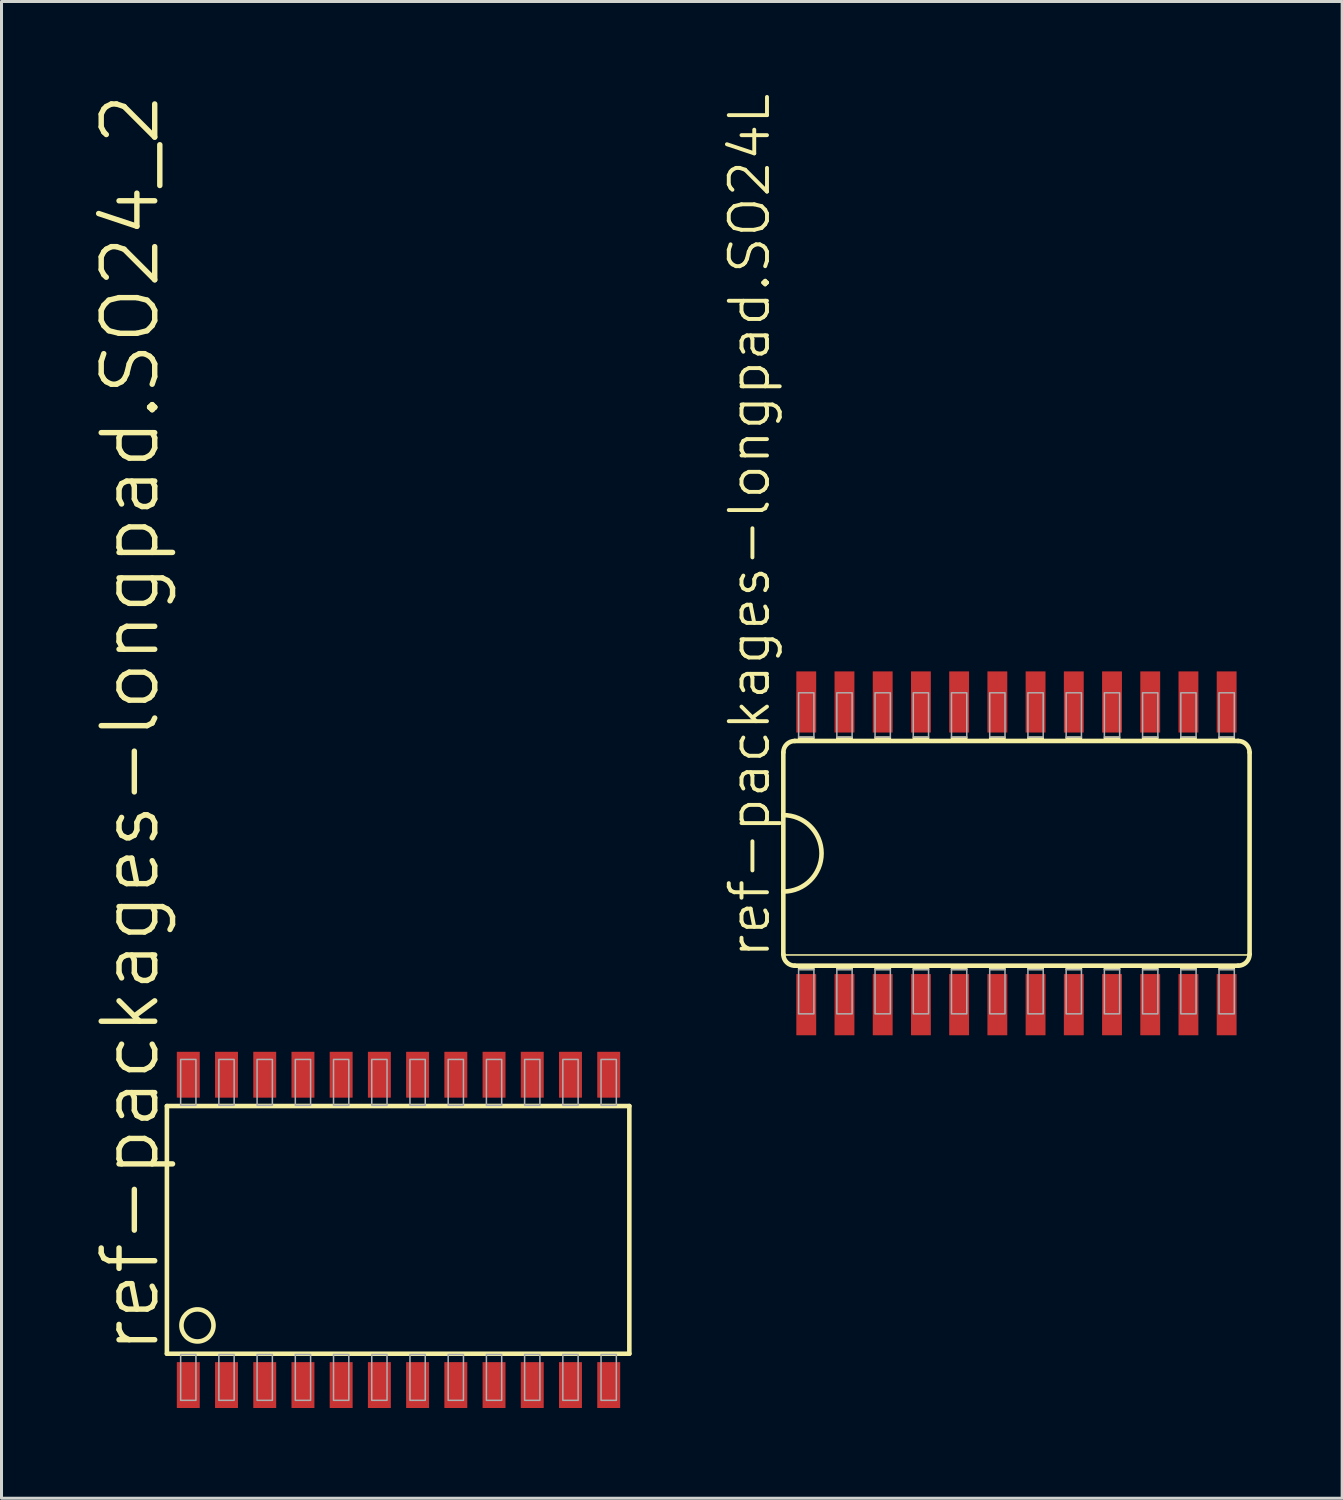
<source format=kicad_pcb>
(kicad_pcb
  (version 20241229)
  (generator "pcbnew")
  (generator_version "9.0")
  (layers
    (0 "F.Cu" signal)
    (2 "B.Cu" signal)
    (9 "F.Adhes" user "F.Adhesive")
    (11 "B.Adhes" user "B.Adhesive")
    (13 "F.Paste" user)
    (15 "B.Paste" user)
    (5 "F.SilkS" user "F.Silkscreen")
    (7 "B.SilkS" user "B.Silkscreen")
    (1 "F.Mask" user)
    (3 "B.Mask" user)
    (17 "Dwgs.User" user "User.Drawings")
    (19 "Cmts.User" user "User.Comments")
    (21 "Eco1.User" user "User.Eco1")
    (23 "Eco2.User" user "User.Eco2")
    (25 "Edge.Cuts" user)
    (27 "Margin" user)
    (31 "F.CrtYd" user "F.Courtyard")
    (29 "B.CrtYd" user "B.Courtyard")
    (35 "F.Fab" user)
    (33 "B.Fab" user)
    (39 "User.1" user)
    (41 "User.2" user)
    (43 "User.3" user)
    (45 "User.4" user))
  (footprint "ref-packages-longpad.SO24_2"
    (layer "F.Cu")
    (at 10.192 37.819)
    (property "Reference" "ref-packages-longpad.SO24_2" (at -7.874 4.191 90) (layer "F.SilkS") (effects (font (size 1.778 1.778) (thickness 0.18)) (justify left bottom)))
    (attr smd)
    (fp_line (start -7.696 -4.115) (end -7.696 4.115) (stroke (width 0.152) (type default)) (layer "F.SilkS"))
    (fp_line (start -7.696 4.115) (end 7.671 4.115) (stroke (width 0.152) (type default)) (layer "F.SilkS"))
    (fp_line (start 7.671 -4.115) (end -7.696 -4.115) (stroke (width 0.152) (type default)) (layer "F.SilkS"))
    (fp_line (start 7.671 4.115) (end 7.671 -4.115) (stroke (width 0.152) (type default)) (layer "F.SilkS"))
    (fp_circle (center -6.68 3.175) (end -6.147 3.175) (stroke (width 0.152) (type default)) (fill no) (layer "F.SilkS"))
    (fp_rect (start -7.239 -4.14) (end -6.731 -5.664) (stroke (width 0.05) (type default)) (fill no) (layer "F.Fab"))
    (fp_rect (start -7.239 5.664) (end -6.731 4.14) (stroke (width 0.05) (type default)) (fill no) (layer "F.Fab"))
    (fp_rect (start -5.969 -4.14) (end -5.461 -5.664) (stroke (width 0.05) (type default)) (fill no) (layer "F.Fab"))
    (fp_rect (start -5.969 5.664) (end -5.461 4.14) (stroke (width 0.05) (type default)) (fill no) (layer "F.Fab"))
    (fp_rect (start -4.699 -4.14) (end -4.191 -5.664) (stroke (width 0.05) (type default)) (fill no) (layer "F.Fab"))
    (fp_rect (start -4.699 5.664) (end -4.191 4.14) (stroke (width 0.05) (type default)) (fill no) (layer "F.Fab"))
    (fp_rect (start -3.429 -4.14) (end -2.921 -5.664) (stroke (width 0.05) (type default)) (fill no) (layer "F.Fab"))
    (fp_rect (start -3.429 5.664) (end -2.921 4.14) (stroke (width 0.05) (type default)) (fill no) (layer "F.Fab"))
    (fp_rect (start -2.159 -4.14) (end -1.651 -5.664) (stroke (width 0.05) (type default)) (fill no) (layer "F.Fab"))
    (fp_rect (start -2.159 5.664) (end -1.651 4.14) (stroke (width 0.05) (type default)) (fill no) (layer "F.Fab"))
    (fp_rect (start -0.889 -4.14) (end -0.381 -5.664) (stroke (width 0.05) (type default)) (fill no) (layer "F.Fab"))
    (fp_rect (start -0.889 5.664) (end -0.381 4.14) (stroke (width 0.05) (type default)) (fill no) (layer "F.Fab"))
    (fp_rect (start 0.381 -4.14) (end 0.889 -5.664) (stroke (width 0.05) (type default)) (fill no) (layer "F.Fab"))
    (fp_rect (start 0.381 5.664) (end 0.889 4.14) (stroke (width 0.05) (type default)) (fill no) (layer "F.Fab"))
    (fp_rect (start 1.651 -4.14) (end 2.159 -5.664) (stroke (width 0.05) (type default)) (fill no) (layer "F.Fab"))
    (fp_rect (start 1.651 5.664) (end 2.159 4.14) (stroke (width 0.05) (type default)) (fill no) (layer "F.Fab"))
    (fp_rect (start 2.921 -4.14) (end 3.429 -5.664) (stroke (width 0.05) (type default)) (fill no) (layer "F.Fab"))
    (fp_rect (start 2.921 5.664) (end 3.429 4.14) (stroke (width 0.05) (type default)) (fill no) (layer "F.Fab"))
    (fp_rect (start 4.191 -4.14) (end 4.699 -5.664) (stroke (width 0.05) (type default)) (fill no) (layer "F.Fab"))
    (fp_rect (start 4.191 5.664) (end 4.699 4.14) (stroke (width 0.05) (type default)) (fill no) (layer "F.Fab"))
    (fp_rect (start 5.461 -4.14) (end 5.969 -5.664) (stroke (width 0.05) (type default)) (fill no) (layer "F.Fab"))
    (fp_rect (start 5.461 5.664) (end 5.969 4.14) (stroke (width 0.05) (type default)) (fill no) (layer "F.Fab"))
    (fp_rect (start 6.731 -4.14) (end 7.239 -5.664) (stroke (width 0.05) (type default)) (fill no) (layer "F.Fab"))
    (fp_rect (start 6.731 5.664) (end 7.239 4.14) (stroke (width 0.05) (type default)) (fill no) (layer "F.Fab"))
    (pad "1" smd roundrect (at -6.985 5.156) (size 0.762 1.524) (layers "F.Cu" "F.Mask" "F.Paste") (roundrect_rratio 0.01))
    (pad "2" smd roundrect (at -5.715 5.156) (size 0.762 1.524) (layers "F.Cu" "F.Mask" "F.Paste") (roundrect_rratio 0.01))
    (pad "3" smd roundrect (at -4.445 5.156) (size 0.762 1.524) (layers "F.Cu" "F.Mask" "F.Paste") (roundrect_rratio 0.01))
    (pad "4" smd roundrect (at -3.175 5.156) (size 0.762 1.524) (layers "F.Cu" "F.Mask" "F.Paste") (roundrect_rratio 0.01))
    (pad "5" smd roundrect (at -1.905 5.156) (size 0.762 1.524) (layers "F.Cu" "F.Mask" "F.Paste") (roundrect_rratio 0.01))
    (pad "6" smd roundrect (at -0.635 5.156) (size 0.762 1.524) (layers "F.Cu" "F.Mask" "F.Paste") (roundrect_rratio 0.01))
    (pad "7" smd roundrect (at 0.635 5.156) (size 0.762 1.524) (layers "F.Cu" "F.Mask" "F.Paste") (roundrect_rratio 0.01))
    (pad "8" smd roundrect (at 1.905 5.156) (size 0.762 1.524) (layers "F.Cu" "F.Mask" "F.Paste") (roundrect_rratio 0.01))
    (pad "9" smd roundrect (at 3.175 5.156) (size 0.762 1.524) (layers "F.Cu" "F.Mask" "F.Paste") (roundrect_rratio 0.01))
    (pad "10" smd roundrect (at 4.445 5.156) (size 0.762 1.524) (layers "F.Cu" "F.Mask" "F.Paste") (roundrect_rratio 0.01))
    (pad "11" smd roundrect (at 5.715 5.156) (size 0.762 1.524) (layers "F.Cu" "F.Mask" "F.Paste") (roundrect_rratio 0.01))
    (pad "12" smd roundrect (at 6.985 5.156) (size 0.762 1.524) (layers "F.Cu" "F.Mask" "F.Paste") (roundrect_rratio 0.01))
    (pad "13" smd roundrect (at 6.985 -5.156) (size 0.762 1.524) (layers "F.Cu" "F.Mask" "F.Paste") (roundrect_rratio 0.01))
    (pad "14" smd roundrect (at 5.715 -5.156) (size 0.762 1.524) (layers "F.Cu" "F.Mask" "F.Paste") (roundrect_rratio 0.01))
    (pad "15" smd roundrect (at 4.445 -5.156) (size 0.762 1.524) (layers "F.Cu" "F.Mask" "F.Paste") (roundrect_rratio 0.01))
    (pad "16" smd roundrect (at 3.175 -5.156) (size 0.762 1.524) (layers "F.Cu" "F.Mask" "F.Paste") (roundrect_rratio 0.01))
    (pad "17" smd roundrect (at 1.905 -5.156) (size 0.762 1.524) (layers "F.Cu" "F.Mask" "F.Paste") (roundrect_rratio 0.01))
    (pad "18" smd roundrect (at 0.635 -5.156) (size 0.762 1.524) (layers "F.Cu" "F.Mask" "F.Paste") (roundrect_rratio 0.01))
    (pad "19" smd roundrect (at -0.635 -5.156) (size 0.762 1.524) (layers "F.Cu" "F.Mask" "F.Paste") (roundrect_rratio 0.01))
    (pad "20" smd roundrect (at -1.905 -5.156) (size 0.762 1.524) (layers "F.Cu" "F.Mask" "F.Paste") (roundrect_rratio 0.01))
    (pad "21" smd roundrect (at -3.175 -5.156) (size 0.762 1.524) (layers "F.Cu" "F.Mask" "F.Paste") (roundrect_rratio 0.01))
    (pad "22" smd roundrect (at -4.445 -5.156) (size 0.762 1.524) (layers "F.Cu" "F.Mask" "F.Paste") (roundrect_rratio 0.01))
    (pad "23" smd roundrect (at -5.715 -5.156) (size 0.762 1.524) (layers "F.Cu" "F.Mask" "F.Paste") (roundrect_rratio 0.01))
    (pad "24" smd roundrect (at -6.985 -5.156) (size 0.762 1.524) (layers "F.Cu" "F.Mask" "F.Paste") (roundrect_rratio 0.01)))
  (footprint "ref-packages-longpad.SO24L"
    (layer "F.Cu")
    (at 30.727 25.306)
    (property "Reference" "ref-packages-longpad.SO24L" (at -8.128 3.556 90) (layer "F.SilkS") (effects (font (size 1.27 1.27) (thickness 0.13)) (justify left bottom)))
    (attr smd)
    (fp_line (start -7.747 -3.353) (end -7.747 -1.27) (stroke (width 0.152) (type default)) (layer "F.SilkS"))
    (fp_line (start -7.747 -1.27) (end -7.747 1.27) (stroke (width 0.152) (type default)) (layer "F.SilkS"))
    (fp_line (start -7.747 1.27) (end -7.747 3.353) (stroke (width 0.152) (type default)) (layer "F.SilkS"))
    (fp_line (start -7.747 3.378) (end 7.747 3.378) (stroke (width 0.051) (type default)) (layer "F.SilkS"))
    (fp_line (start -7.366 3.734) (end 7.366 3.734) (stroke (width 0.152) (type default)) (layer "F.SilkS"))
    (fp_line (start 7.366 -3.734) (end -7.366 -3.734) (stroke (width 0.152) (type default)) (layer "F.SilkS"))
    (fp_line (start 7.747 3.353) (end 7.747 -3.353) (stroke (width 0.152) (type default)) (layer "F.SilkS"))
    (fp_rect (start -7.239 -3.734) (end -6.731 -3.861) (stroke (width 0.05) (type default)) (fill yes) (layer "F.SilkS"))
    (fp_rect (start -7.239 3.861) (end -6.731 3.734) (stroke (width 0.05) (type default)) (fill yes) (layer "F.SilkS"))
    (fp_rect (start -5.969 -3.734) (end -5.461 -3.861) (stroke (width 0.05) (type default)) (fill yes) (layer "F.SilkS"))
    (fp_rect (start -5.969 3.861) (end -5.461 3.734) (stroke (width 0.05) (type default)) (fill yes) (layer "F.SilkS"))
    (fp_rect (start -4.699 -3.734) (end -4.191 -3.861) (stroke (width 0.05) (type default)) (fill yes) (layer "F.SilkS"))
    (fp_rect (start -4.699 3.861) (end -4.191 3.734) (stroke (width 0.05) (type default)) (fill yes) (layer "F.SilkS"))
    (fp_rect (start -3.429 -3.734) (end -2.921 -3.861) (stroke (width 0.05) (type default)) (fill yes) (layer "F.SilkS"))
    (fp_rect (start -3.429 3.861) (end -2.921 3.734) (stroke (width 0.05) (type default)) (fill yes) (layer "F.SilkS"))
    (fp_rect (start -2.159 -3.734) (end -1.651 -3.861) (stroke (width 0.05) (type default)) (fill yes) (layer "F.SilkS"))
    (fp_rect (start -2.159 3.861) (end -1.651 3.734) (stroke (width 0.05) (type default)) (fill yes) (layer "F.SilkS"))
    (fp_rect (start -0.889 -3.734) (end -0.381 -3.861) (stroke (width 0.05) (type default)) (fill yes) (layer "F.SilkS"))
    (fp_rect (start -0.889 3.861) (end -0.381 3.734) (stroke (width 0.05) (type default)) (fill yes) (layer "F.SilkS"))
    (fp_rect (start 0.381 -3.734) (end 0.889 -3.861) (stroke (width 0.05) (type default)) (fill yes) (layer "F.SilkS"))
    (fp_rect (start 0.381 3.861) (end 0.889 3.734) (stroke (width 0.05) (type default)) (fill yes) (layer "F.SilkS"))
    (fp_rect (start 1.651 -3.734) (end 2.159 -3.861) (stroke (width 0.05) (type default)) (fill yes) (layer "F.SilkS"))
    (fp_rect (start 1.651 3.861) (end 2.159 3.734) (stroke (width 0.05) (type default)) (fill yes) (layer "F.SilkS"))
    (fp_rect (start 2.921 -3.734) (end 3.429 -3.861) (stroke (width 0.05) (type default)) (fill yes) (layer "F.SilkS"))
    (fp_rect (start 2.921 3.861) (end 3.429 3.734) (stroke (width 0.05) (type default)) (fill yes) (layer "F.SilkS"))
    (fp_rect (start 4.191 -3.734) (end 4.699 -3.861) (stroke (width 0.05) (type default)) (fill yes) (layer "F.SilkS"))
    (fp_rect (start 4.191 3.861) (end 4.699 3.734) (stroke (width 0.05) (type default)) (fill yes) (layer "F.SilkS"))
    (fp_rect (start 5.461 -3.734) (end 5.969 -3.861) (stroke (width 0.05) (type default)) (fill yes) (layer "F.SilkS"))
    (fp_rect (start 5.461 3.861) (end 5.969 3.734) (stroke (width 0.05) (type default)) (fill yes) (layer "F.SilkS"))
    (fp_rect (start 6.731 -3.734) (end 7.239 -3.861) (stroke (width 0.05) (type default)) (fill yes) (layer "F.SilkS"))
    (fp_rect (start 6.731 3.861) (end 7.239 3.734) (stroke (width 0.05) (type default)) (fill yes) (layer "F.SilkS"))
    (fp_arc (start -7.747 -3.3528) (mid -7.635408 -3.622208) (end -7.366 -3.7338) (stroke (width 0.1524) (type default)) (layer "F.SilkS"))
    (fp_arc (start -7.747 -1.27) (mid -6.477 0) (end -7.747 1.27) (stroke (width 0.1524) (type default)) (layer "F.SilkS"))
    (fp_arc (start -7.366 3.7338) (mid -7.635408 3.622208) (end -7.747 3.3528) (stroke (width 0.1524) (type default)) (layer "F.SilkS"))
    (fp_arc (start 7.366 -3.7338) (mid 7.635408 -3.622208) (end 7.747 -3.3528) (stroke (width 0.1524) (type default)) (layer "F.SilkS"))
    (fp_arc (start 7.747 3.3528) (mid 7.635408 3.622208) (end 7.366 3.7338) (stroke (width 0.1524) (type default)) (layer "F.SilkS"))
    (fp_rect (start -7.239 -3.861) (end -6.731 -5.334) (stroke (width 0.05) (type default)) (fill no) (layer "F.Fab"))
    (fp_rect (start -7.239 5.334) (end -6.731 3.861) (stroke (width 0.05) (type default)) (fill no) (layer "F.Fab"))
    (fp_rect (start -5.969 -3.861) (end -5.461 -5.334) (stroke (width 0.05) (type default)) (fill no) (layer "F.Fab"))
    (fp_rect (start -5.969 5.334) (end -5.461 3.861) (stroke (width 0.05) (type default)) (fill no) (layer "F.Fab"))
    (fp_rect (start -4.699 -3.861) (end -4.191 -5.334) (stroke (width 0.05) (type default)) (fill no) (layer "F.Fab"))
    (fp_rect (start -4.699 5.334) (end -4.191 3.861) (stroke (width 0.05) (type default)) (fill no) (layer "F.Fab"))
    (fp_rect (start -3.429 -3.861) (end -2.921 -5.334) (stroke (width 0.05) (type default)) (fill no) (layer "F.Fab"))
    (fp_rect (start -3.429 5.334) (end -2.921 3.861) (stroke (width 0.05) (type default)) (fill no) (layer "F.Fab"))
    (fp_rect (start -2.159 -3.861) (end -1.651 -5.334) (stroke (width 0.05) (type default)) (fill no) (layer "F.Fab"))
    (fp_rect (start -2.159 5.334) (end -1.651 3.861) (stroke (width 0.05) (type default)) (fill no) (layer "F.Fab"))
    (fp_rect (start -0.889 -3.861) (end -0.381 -5.334) (stroke (width 0.05) (type default)) (fill no) (layer "F.Fab"))
    (fp_rect (start -0.889 5.334) (end -0.381 3.861) (stroke (width 0.05) (type default)) (fill no) (layer "F.Fab"))
    (fp_rect (start 0.381 -3.861) (end 0.889 -5.334) (stroke (width 0.05) (type default)) (fill no) (layer "F.Fab"))
    (fp_rect (start 0.381 5.334) (end 0.889 3.861) (stroke (width 0.05) (type default)) (fill no) (layer "F.Fab"))
    (fp_rect (start 1.651 -3.861) (end 2.159 -5.334) (stroke (width 0.05) (type default)) (fill no) (layer "F.Fab"))
    (fp_rect (start 1.651 5.334) (end 2.159 3.861) (stroke (width 0.05) (type default)) (fill no) (layer "F.Fab"))
    (fp_rect (start 2.921 -3.861) (end 3.429 -5.334) (stroke (width 0.05) (type default)) (fill no) (layer "F.Fab"))
    (fp_rect (start 2.921 5.334) (end 3.429 3.861) (stroke (width 0.05) (type default)) (fill no) (layer "F.Fab"))
    (fp_rect (start 4.191 -3.861) (end 4.699 -5.334) (stroke (width 0.05) (type default)) (fill no) (layer "F.Fab"))
    (fp_rect (start 4.191 5.334) (end 4.699 3.861) (stroke (width 0.05) (type default)) (fill no) (layer "F.Fab"))
    (fp_rect (start 5.461 -3.861) (end 5.969 -5.334) (stroke (width 0.05) (type default)) (fill no) (layer "F.Fab"))
    (fp_rect (start 5.461 5.334) (end 5.969 3.861) (stroke (width 0.05) (type default)) (fill no) (layer "F.Fab"))
    (fp_rect (start 6.731 -3.861) (end 7.239 -5.334) (stroke (width 0.05) (type default)) (fill no) (layer "F.Fab"))
    (fp_rect (start 6.731 5.334) (end 7.239 3.861) (stroke (width 0.05) (type default)) (fill no) (layer "F.Fab"))
    (pad "1" smd roundrect (at -6.985 5.029) (size 0.66 2.032) (layers "F.Cu" "F.Mask" "F.Paste") (roundrect_rratio 0.01))
    (pad "2" smd roundrect (at -5.715 5.029) (size 0.66 2.032) (layers "F.Cu" "F.Mask" "F.Paste") (roundrect_rratio 0.01))
    (pad "3" smd roundrect (at -4.445 5.029) (size 0.66 2.032) (layers "F.Cu" "F.Mask" "F.Paste") (roundrect_rratio 0.01))
    (pad "4" smd roundrect (at -3.175 5.029) (size 0.66 2.032) (layers "F.Cu" "F.Mask" "F.Paste") (roundrect_rratio 0.01))
    (pad "5" smd roundrect (at -1.905 5.029) (size 0.66 2.032) (layers "F.Cu" "F.Mask" "F.Paste") (roundrect_rratio 0.01))
    (pad "6" smd roundrect (at -0.635 5.029) (size 0.66 2.032) (layers "F.Cu" "F.Mask" "F.Paste") (roundrect_rratio 0.01))
    (pad "7" smd roundrect (at 0.635 5.029) (size 0.66 2.032) (layers "F.Cu" "F.Mask" "F.Paste") (roundrect_rratio 0.01))
    (pad "8" smd roundrect (at 1.905 5.029) (size 0.66 2.032) (layers "F.Cu" "F.Mask" "F.Paste") (roundrect_rratio 0.01))
    (pad "9" smd roundrect (at 3.175 5.029) (size 0.66 2.032) (layers "F.Cu" "F.Mask" "F.Paste") (roundrect_rratio 0.01))
    (pad "10" smd roundrect (at 4.445 5.029) (size 0.66 2.032) (layers "F.Cu" "F.Mask" "F.Paste") (roundrect_rratio 0.01))
    (pad "11" smd roundrect (at 5.715 5.029) (size 0.66 2.032) (layers "F.Cu" "F.Mask" "F.Paste") (roundrect_rratio 0.01))
    (pad "12" smd roundrect (at 6.985 5.029) (size 0.66 2.032) (layers "F.Cu" "F.Mask" "F.Paste") (roundrect_rratio 0.01))
    (pad "13" smd roundrect (at 6.985 -5.029) (size 0.66 2.032) (layers "F.Cu" "F.Mask" "F.Paste") (roundrect_rratio 0.01))
    (pad "14" smd roundrect (at 5.715 -5.029) (size 0.66 2.032) (layers "F.Cu" "F.Mask" "F.Paste") (roundrect_rratio 0.01))
    (pad "15" smd roundrect (at 4.445 -5.029) (size 0.66 2.032) (layers "F.Cu" "F.Mask" "F.Paste") (roundrect_rratio 0.01))
    (pad "16" smd roundrect (at 3.175 -5.029) (size 0.66 2.032) (layers "F.Cu" "F.Mask" "F.Paste") (roundrect_rratio 0.01))
    (pad "17" smd roundrect (at 1.905 -5.029) (size 0.66 2.032) (layers "F.Cu" "F.Mask" "F.Paste") (roundrect_rratio 0.01))
    (pad "18" smd roundrect (at 0.635 -5.029) (size 0.66 2.032) (layers "F.Cu" "F.Mask" "F.Paste") (roundrect_rratio 0.01))
    (pad "19" smd roundrect (at -0.635 -5.029) (size 0.66 2.032) (layers "F.Cu" "F.Mask" "F.Paste") (roundrect_rratio 0.01))
    (pad "20" smd roundrect (at -1.905 -5.029) (size 0.66 2.032) (layers "F.Cu" "F.Mask" "F.Paste") (roundrect_rratio 0.01))
    (pad "21" smd roundrect (at -3.175 -5.029) (size 0.66 2.032) (layers "F.Cu" "F.Mask" "F.Paste") (roundrect_rratio 0.01))
    (pad "22" smd roundrect (at -4.445 -5.029) (size 0.66 2.032) (layers "F.Cu" "F.Mask" "F.Paste") (roundrect_rratio 0.01))
    (pad "23" smd roundrect (at -5.715 -5.029) (size 0.66 2.032) (layers "F.Cu" "F.Mask" "F.Paste") (roundrect_rratio 0.01))
    (pad "24" smd roundrect (at -6.985 -5.029) (size 0.66 2.032) (layers "F.Cu" "F.Mask" "F.Paste") (roundrect_rratio 0.01)))
  (gr_rect
    (start -3 -3)
    (end 41.55 46.737)
    (stroke (width 0.1) (type default))
    (fill no)
    (layer "Edge.Cuts")))
</source>
